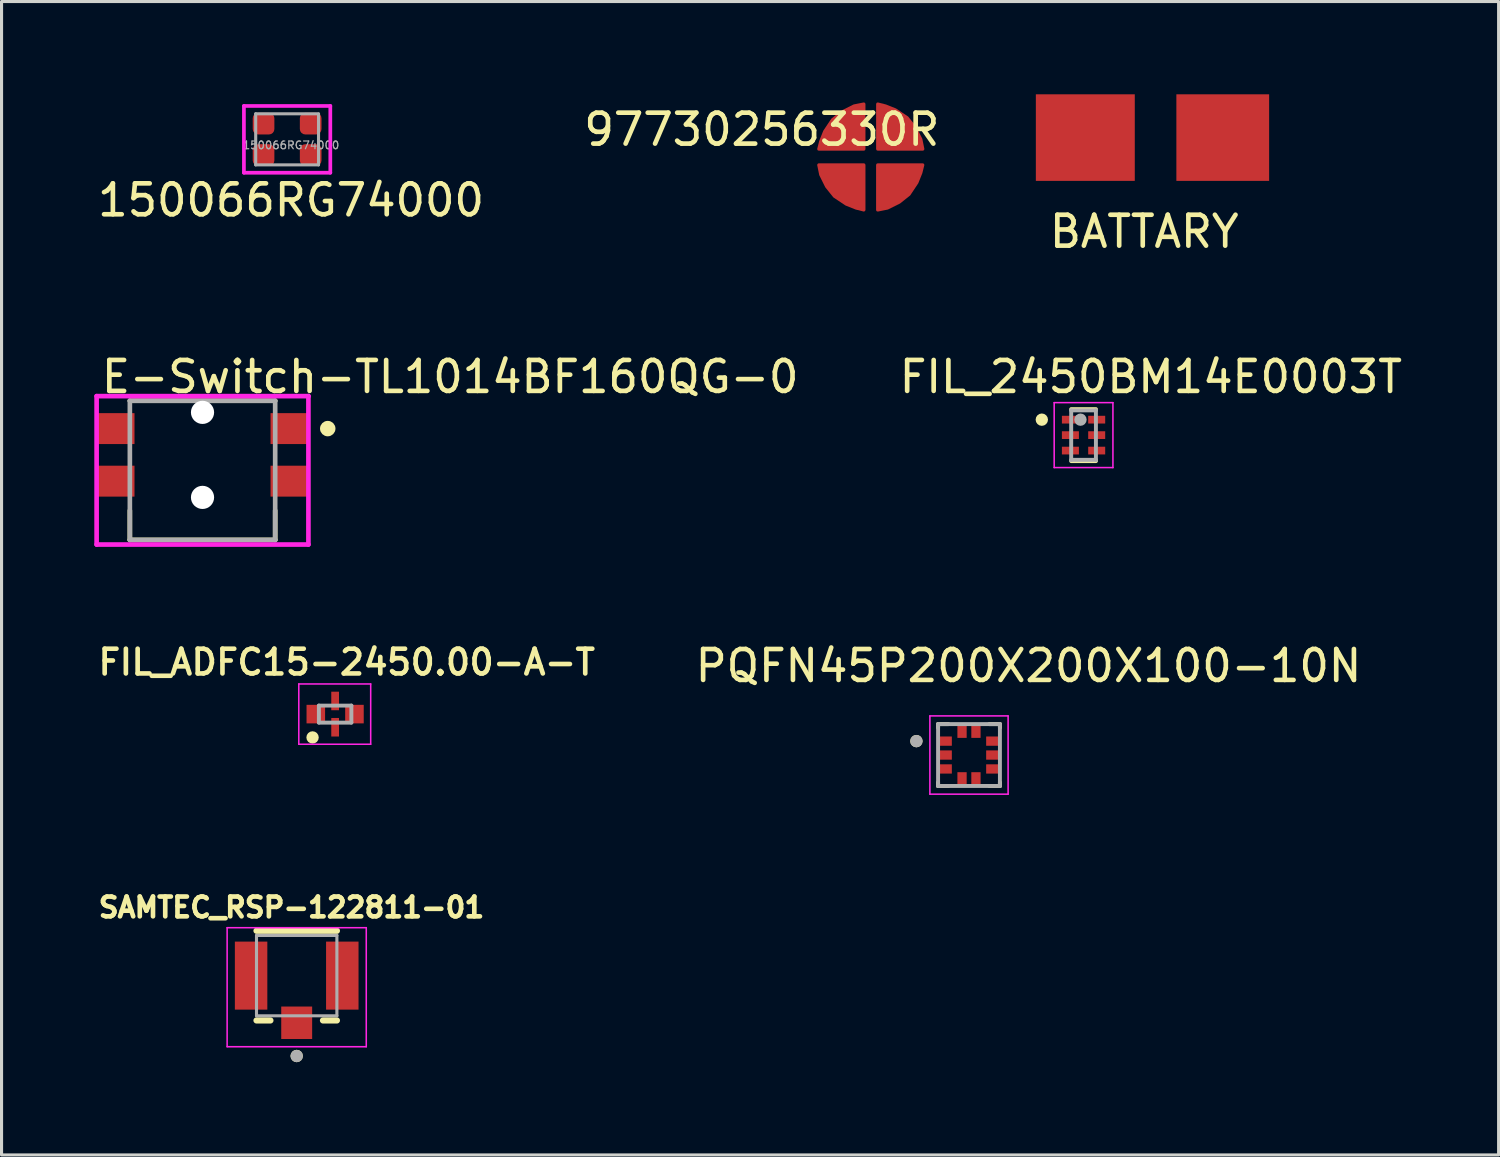
<source format=kicad_pcb>
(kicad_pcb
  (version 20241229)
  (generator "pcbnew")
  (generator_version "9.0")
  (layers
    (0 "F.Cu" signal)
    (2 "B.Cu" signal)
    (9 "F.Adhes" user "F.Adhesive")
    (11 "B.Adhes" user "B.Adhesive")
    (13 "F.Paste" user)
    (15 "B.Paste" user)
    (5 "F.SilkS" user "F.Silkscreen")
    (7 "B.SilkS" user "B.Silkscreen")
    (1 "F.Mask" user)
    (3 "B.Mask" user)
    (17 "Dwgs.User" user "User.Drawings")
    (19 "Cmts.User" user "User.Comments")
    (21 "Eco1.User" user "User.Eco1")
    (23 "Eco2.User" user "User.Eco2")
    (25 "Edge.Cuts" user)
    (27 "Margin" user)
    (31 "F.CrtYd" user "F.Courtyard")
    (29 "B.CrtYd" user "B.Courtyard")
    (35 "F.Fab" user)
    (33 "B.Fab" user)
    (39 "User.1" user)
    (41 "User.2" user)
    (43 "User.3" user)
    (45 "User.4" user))
  (footprint "SAMTEC_RSP-122811-01"
    (layer "F.Cu")
    (at 6.546 28.504)
    (property "Reference" "SAMTEC_RSP-122811-01" (at -0.168 -2.206 0) (layer "F.SilkS") (effects (font (size 0.64 0.64) (thickness 0.15))))
    (attr through_hole)
    (fp_line (start -0.85 1.45) (end -1.3 1.45) (stroke (width 0.2) (type solid)) (layer "F.SilkS"))
    (fp_line (start 0.85 1.45) (end 1.3 1.45) (stroke (width 0.2) (type solid)) (layer "F.SilkS"))
    (fp_line (start 1.3 -1.45) (end -1.3 -1.45) (stroke (width 0.2) (type solid)) (layer "F.SilkS"))
    (fp_circle (center 0 2.6) (end 0.1 2.6) (stroke (width 0.2) (type solid)) (fill no) (layer "F.SilkS"))
    (fp_line (start -2.25 -1.55) (end -2.25 2.3) (stroke (width 0.05) (type solid)) (layer "F.CrtYd"))
    (fp_line (start -2.25 2.3) (end 2.25 2.3) (stroke (width 0.05) (type solid)) (layer "F.CrtYd"))
    (fp_line (start 2.25 -1.55) (end -2.25 -1.55) (stroke (width 0.05) (type solid)) (layer "F.CrtYd"))
    (fp_line (start 2.25 2.3) (end 2.25 -1.55) (stroke (width 0.05) (type solid)) (layer "F.CrtYd"))
    (fp_line (start -1.3 -1.3) (end -1.3 1.3) (stroke (width 0.1) (type solid)) (layer "F.Fab"))
    (fp_line (start -1.3 1.3) (end 1.3 1.3) (stroke (width 0.1) (type solid)) (layer "F.Fab"))
    (fp_line (start 1.3 -1.3) (end -1.3 -1.3) (stroke (width 0.1) (type solid)) (layer "F.Fab"))
    (fp_line (start 1.3 1.3) (end 1.3 -1.3) (stroke (width 0.1) (type solid)) (layer "F.Fab"))
    (fp_circle (center 0 2.6) (end 0.1 2.6) (stroke (width 0.2) (type solid)) (fill no) (layer "F.Fab"))
    (pad "1" smd rect (at 0 1.525) (size 1 1.05) (layers "F.Cu" "F.Mask" "F.Paste"))
    (pad "G1" smd rect (at -1.475 0) (size 1.05 2.2) (layers "F.Cu" "F.Mask" "F.Paste"))
    (pad "G2" smd rect (at 1.475 0) (size 1.05 2.2) (layers "F.Cu" "F.Mask" "F.Paste")))
  (footprint "150066RG74000"
    (layer "F.Cu")
    (at 5.855 0.25)
    (property "Reference" "150066RG74000" (at 0.508 3.175 0) (layer "F.SilkS") (effects (font (size 1 1) (thickness 0.15))))
    (attr through_hole)
    (fp_line (start -1.016 0.127) (end 1.778 0.127) (stroke (width 0.12) (type solid)) (layer "F.CrtYd"))
    (fp_line (start -1.016 2.286) (end -1.016 0.127) (stroke (width 0.12) (type solid)) (layer "F.CrtYd"))
    (fp_line (start 1.778 0.127) (end 1.778 2.286) (stroke (width 0.12) (type solid)) (layer "F.CrtYd"))
    (fp_line (start 1.778 2.286) (end -1.016 2.286) (stroke (width 0.12) (type solid)) (layer "F.CrtYd"))
    (fp_line (start -0.635 0.381) (end 1.397 0.381) (stroke (width 0.1) (type solid)) (layer "F.Fab"))
    (fp_line (start -0.635 2.032) (end -0.635 0.381) (stroke (width 0.1) (type solid)) (layer "F.Fab"))
    (fp_line (start 1.397 0.389) (end 1.397 2.032) (stroke (width 0.1) (type solid)) (layer "F.Fab"))
    (fp_line (start 1.397 2.032) (end -0.635 2.032) (stroke (width 0.1) (type solid)) (layer "F.Fab"))
    (fp_text user "${REFERENCE}" (at 0.508 1.397 0) (layer "F.Fab") (effects (font (size 0.25 0.25) (thickness 0.04))))
    (pad "1" smd roundrect (at -0.381 0.699) (size 0.7 0.7) (layers "F.Cu" "F.Mask" "F.Paste") (roundrect_rratio 0.25))
    (pad "2" smd roundrect (at -0.381 1.714) (size 0.7 0.7) (layers "F.Cu" "F.Mask" "F.Paste") (roundrect_rratio 0.25))
    (pad "3" smd roundrect (at 1.143 1.714) (size 0.7 0.7) (layers "F.Cu" "F.Mask" "F.Paste") (roundrect_rratio 0.25))
    (pad "4" smd roundrect (at 1.143 0.699) (size 0.7 0.7) (layers "F.Cu" "F.Mask" "F.Paste") (roundrect_rratio 0.25)))
  (footprint "FIL_ADFC15-2450.00-A-T"
    (layer "F.Cu")
    (at 7.789 20.046)
    (property "Reference" "FIL_ADFC15-2450.00-A-T" (at 0.375 -1.678 0) (layer "F.SilkS") (effects (font (size 0.8 0.8) (thickness 0.15))))
    (attr through_hole)
    (fp_poly (pts (xy -0.975 -0.35) (xy -0.275 -0.35) (xy -0.275 0.35) (xy -0.975 0.35)) (stroke (width 0.01) (type solid)) (fill yes) (layer "F.Mask"))
    (fp_poly (pts (xy -0.175 -0.775) (xy 0.175 -0.775) (xy 0.175 -0.075) (xy -0.175 -0.075)) (stroke (width 0.01) (type solid)) (fill yes) (layer "F.Mask"))
    (fp_poly (pts (xy -0.175 0.075) (xy 0.175 0.075) (xy 0.175 0.775) (xy -0.175 0.775)) (stroke (width 0.01) (type solid)) (fill yes) (layer "F.Mask"))
    (fp_poly (pts (xy 0.275 -0.35) (xy 0.975 -0.35) (xy 0.975 0.35) (xy 0.275 0.35)) (stroke (width 0.01) (type solid)) (fill yes) (layer "F.Mask"))
    (fp_circle (center -0.73 0.755) (end -0.63 0.755) (stroke (width 0.2) (type solid)) (fill no) (layer "F.SilkS"))
    (fp_line (start -1.175 -0.975) (end 1.15 -0.975) (stroke (width 0.05) (type solid)) (layer "F.CrtYd"))
    (fp_line (start -1.175 0.975) (end -1.175 -0.975) (stroke (width 0.05) (type solid)) (layer "F.CrtYd"))
    (fp_line (start 1.15 -0.975) (end 1.15 0.975) (stroke (width 0.05) (type solid)) (layer "F.CrtYd"))
    (fp_line (start 1.15 0.975) (end -1.175 0.975) (stroke (width 0.05) (type solid)) (layer "F.CrtYd"))
    (fp_line (start -0.525 -0.275) (end 0.525 -0.275) (stroke (width 0.127) (type solid)) (layer "F.Fab"))
    (fp_line (start -0.525 0.275) (end -0.525 -0.275) (stroke (width 0.127) (type solid)) (layer "F.Fab"))
    (fp_line (start 0.525 -0.275) (end 0.525 0.275) (stroke (width 0.127) (type solid)) (layer "F.Fab"))
    (fp_line (start 0.525 0.275) (end -0.525 0.275) (stroke (width 0.127) (type solid)) (layer "F.Fab"))
    (pad "1" smd rect (at 0 0.425) (size 0.25 0.6) (layers "F.Cu" "F.Paste"))
    (pad "2" smd rect (at 0.625 0) (size 0.6 0.6) (layers "F.Cu" "F.Paste"))
    (pad "3" smd rect (at 0 -0.425) (size 0.25 0.6) (layers "F.Cu" "F.Paste"))
    (pad "4" smd rect (at -0.625 0) (size 0.6 0.6) (layers "F.Cu" "F.Paste")))
  (footprint "97730256330R"
    (layer "F.Cu")
    (at 25.272 0.25)
    (property "Reference" "97730256330R" (at -3.683 0.889 0) (layer "F.SilkS") (effects (font (size 1 1) (thickness 0.15))))
    (attr through_hole)
    (pad "1" smd custom (at -1.016 1.079) (size 0.2 0.2) (layers "F.Cu" "F.Mask" "F.Paste") (options (anchor circle)) (primitives (gr_poly (pts (xy -0.762 0.191) (xy -0.635 -0.127) (xy -0.381 -0.508) (xy -0.064 -0.762) (xy 0.318 -0.953) (xy 0.635 -1.016) (xy 0.635 0.445) (xy -0.826 0.445)) (width 0.1) (fill yes))))
    (pad "1" smd custom (at -0.699 2.413) (size 0.2 0.2) (layers "F.Cu" "F.Mask" "F.Paste") (options (anchor circle)) (primitives (gr_poly (pts (xy 0.064 1.016) (xy -0.254 0.889) (xy -0.635 0.635) (xy -0.889 0.318) (xy -1.079 -0.064) (xy -1.143 -0.381) (xy 0.318 -0.381) (xy 0.318 1.079)) (width 0.1) (fill yes))))
    (pad "1" smd custom (at 0.635 2.667) (size 0.2 0.2) (layers "F.Cu" "F.Mask" "F.Paste") (options (anchor circle)) (primitives (gr_poly (pts (xy 0.826 -0.381) (xy 0.699 -0.064) (xy 0.445 0.318) (xy 0.127 0.572) (xy -0.254 0.762) (xy -0.572 0.826) (xy -0.572 -0.635) (xy 0.889 -0.635)) (width 0.1) (fill yes))))
    (pad "1" smd custom (at 0.826 1.206) (size 0.2 0.2) (layers "F.Cu" "F.Mask" "F.Paste") (options (anchor circle)) (primitives (gr_poly (pts (xy -0.508 -1.079) (xy -0.191 -0.953) (xy 0.191 -0.699) (xy 0.445 -0.381) (xy 0.635 0) (xy 0.699 0.318) (xy -0.762 0.318) (xy -0.762 -1.143)) (width 0.1) (fill yes)))))
  (footprint "PQFN45P200X200X100-10N"
    (layer "F.Cu")
    (at 28.29 21.37)
    (property "Reference" "PQFN45P200X200X100-10N" (at 1.925 -2.885 0) (layer "F.SilkS") (effects (font (size 1 1) (thickness 0.15))))
    (attr through_hole)
    (fp_line (start -1 -1) (end -0.665 -1) (stroke (width 0.127) (type solid)) (layer "F.SilkS"))
    (fp_line (start -1 -0.885) (end -1 -1) (stroke (width 0.127) (type solid)) (layer "F.SilkS"))
    (fp_line (start -1 1) (end -1 0.885) (stroke (width 0.127) (type solid)) (layer "F.SilkS"))
    (fp_line (start -0.665 1) (end -1 1) (stroke (width 0.127) (type solid)) (layer "F.SilkS"))
    (fp_line (start 1 -1) (end 0.655 -1) (stroke (width 0.127) (type solid)) (layer "F.SilkS"))
    (fp_line (start 1 -1) (end 1 -0.885) (stroke (width 0.127) (type solid)) (layer "F.SilkS"))
    (fp_line (start 1 0.885) (end 1 1) (stroke (width 0.127) (type solid)) (layer "F.SilkS"))
    (fp_line (start 1 1) (end 0.655 1) (stroke (width 0.127) (type solid)) (layer "F.SilkS"))
    (fp_circle (center -1.701 -0.45) (end -1.601 -0.45) (stroke (width 0.2) (type solid)) (fill no) (layer "F.SilkS"))
    (fp_line (start -1.265 -1.265) (end -1.265 1.265) (stroke (width 0.05) (type solid)) (layer "F.CrtYd"))
    (fp_line (start -1.265 1.265) (end 1.265 1.265) (stroke (width 0.05) (type solid)) (layer "F.CrtYd"))
    (fp_line (start 1.265 -1.265) (end -1.265 -1.265) (stroke (width 0.05) (type solid)) (layer "F.CrtYd"))
    (fp_line (start 1.265 1.265) (end 1.265 -1.265) (stroke (width 0.05) (type solid)) (layer "F.CrtYd"))
    (fp_line (start -1 -1) (end 1 -1) (stroke (width 0.127) (type solid)) (layer "F.Fab"))
    (fp_line (start -1 1) (end -1 -1) (stroke (width 0.127) (type solid)) (layer "F.Fab"))
    (fp_line (start 1 -1) (end 1 1) (stroke (width 0.127) (type solid)) (layer "F.Fab"))
    (fp_line (start 1 1) (end -1 1) (stroke (width 0.127) (type solid)) (layer "F.Fab"))
    (fp_circle (center -1.701 -0.45) (end -1.601 -0.45) (stroke (width 0.2) (type solid)) (fill no) (layer "F.Fab"))
    (pad "1" smd rect (at 0.225 -0.785) (size 0.3 0.46) (layers "F.Cu" "F.Mask" "F.Paste"))
    (pad "2" smd rect (at -0.225 -0.785) (size 0.3 0.46) (layers "F.Cu" "F.Mask" "F.Paste"))
    (pad "3" smd rect (at -0.785 -0.45) (size 0.46 0.3) (layers "F.Cu" "F.Mask" "F.Paste"))
    (pad "4" smd rect (at -0.785 0) (size 0.46 0.3) (layers "F.Cu" "F.Mask" "F.Paste"))
    (pad "5" smd rect (at -0.785 0.45) (size 0.46 0.3) (layers "F.Cu" "F.Mask" "F.Paste"))
    (pad "6" smd rect (at -0.225 0.785) (size 0.3 0.46) (layers "F.Cu" "F.Mask" "F.Paste"))
    (pad "7" smd rect (at 0.225 0.785) (size 0.3 0.46) (layers "F.Cu" "F.Mask" "F.Paste"))
    (pad "8" smd rect (at 0.785 0.45) (size 0.46 0.3) (layers "F.Cu" "F.Mask" "F.Paste"))
    (pad "9" smd rect (at 0.785 0) (size 0.46 0.3) (layers "F.Cu" "F.Mask" "F.Paste"))
    (pad "10" smd rect (at 0.785 -0.45) (size 0.46 0.3) (layers "F.Cu" "F.Mask" "F.Paste")))
  (footprint "BATTARY"
    (layer "F.Cu")
    (at 33.957 3.94)
    (property "Reference" "BATTARY" (at 0 0.5 0) (layer "F.SilkS") (effects (font (size 1 1) (thickness 0.15))))
    (attr through_hole)
    (pad "1" smd rect (at -1.905 -2.54) (size 3.2 2.8) (layers "F.Cu" "F.Mask" "F.Paste"))
    (pad "2" smd rect (at 2.54 -2.54) (size 3 2.8) (layers "F.Cu" "F.Mask" "F.Paste")))
  (footprint "FIL_2450BM14E0003T"
    (layer "F.Cu")
    (at 31.995 11.023)
    (property "Reference" "FIL_2450BM14E0003T" (at 2.176 -1.886 0) (layer "F.SilkS") (effects (font (size 1 1) (thickness 0.15))))
    (attr through_hole)
    (fp_line (start -0.4 -0.84) (end 0.4 -0.84) (stroke (width 0.127) (type solid)) (layer "F.SilkS"))
    (fp_line (start 0.4 0.84) (end -0.4 0.84) (stroke (width 0.127) (type solid)) (layer "F.SilkS"))
    (fp_circle (center -1.35 -0.5) (end -1.25 -0.5) (stroke (width 0.2) (type solid)) (fill no) (layer "F.SilkS"))
    (fp_line (start -0.95 -1.05) (end 0.95 -1.05) (stroke (width 0.05) (type solid)) (layer "F.CrtYd"))
    (fp_line (start -0.95 1.05) (end -0.95 -1.05) (stroke (width 0.05) (type solid)) (layer "F.CrtYd"))
    (fp_line (start 0.95 -1.05) (end 0.95 1.05) (stroke (width 0.05) (type solid)) (layer "F.CrtYd"))
    (fp_line (start 0.95 1.05) (end -0.95 1.05) (stroke (width 0.05) (type solid)) (layer "F.CrtYd"))
    (fp_line (start -0.4 -0.8) (end 0.4 -0.8) (stroke (width 0.127) (type solid)) (layer "F.Fab"))
    (fp_line (start -0.4 0.8) (end -0.4 -0.8) (stroke (width 0.127) (type solid)) (layer "F.Fab"))
    (fp_line (start 0.4 -0.8) (end 0.4 0.8) (stroke (width 0.127) (type solid)) (layer "F.Fab"))
    (fp_line (start 0.4 0.8) (end -0.4 0.8) (stroke (width 0.127) (type solid)) (layer "F.Fab"))
    (fp_circle (center -0.1 -0.5) (end 0 -0.5) (stroke (width 0.2) (type solid)) (fill no) (layer "F.Fab"))
    (pad "1" smd rect (at -0.425 -0.5) (size 0.55 0.25) (layers "F.Cu" "F.Mask" "F.Paste"))
    (pad "2" smd rect (at -0.425 0) (size 0.55 0.25) (layers "F.Cu" "F.Mask" "F.Paste"))
    (pad "3" smd rect (at -0.425 0.5) (size 0.55 0.25) (layers "F.Cu" "F.Mask" "F.Paste"))
    (pad "4" smd rect (at 0.425 0.5) (size 0.55 0.25) (layers "F.Cu" "F.Mask" "F.Paste"))
    (pad "5" smd rect (at 0.425 0) (size 0.55 0.25) (layers "F.Cu" "F.Mask" "F.Paste"))
    (pad "6" smd rect (at 0.425 -0.5) (size 0.55 0.25) (layers "F.Cu" "F.Mask" "F.Paste")))
  (footprint "E-Switch-TL1014BF160QG-0"
    (layer "F.Cu")
    (at 3.5 11.662)
    (property "Reference" "E-Switch-TL1014BF160QG-0" (at -3.35 -2.525 0) (layer "F.SilkS") (effects (font (size 1 1) (thickness 0.15)) (justify left)))
    (attr through_hole)
    (fp_line (start -2.35 -1.75) (end 2.35 -1.75) (stroke (width 0.15) (type solid)) (layer "F.SilkS"))
    (fp_line (start -2.35 1.8) (end -2.35 2.75) (stroke (width 0.15) (type solid)) (layer "F.SilkS"))
    (fp_line (start 2.35 1.8) (end 2.35 2.75) (stroke (width 0.15) (type solid)) (layer "F.SilkS"))
    (fp_line (start 2.35 2.75) (end -2.35 2.75) (stroke (width 0.15) (type solid)) (layer "F.SilkS"))
    (fp_circle (center 4.05 -0.85) (end 4.175 -0.85) (stroke (width 0.25) (type solid)) (fill no) (layer "F.SilkS"))
    (fp_line (start -3.425 -1.9) (end -3.425 2.9) (stroke (width 0.15) (type solid)) (layer "F.CrtYd"))
    (fp_line (start -3.425 2.9) (end 3.425 2.9) (stroke (width 0.15) (type solid)) (layer "F.CrtYd"))
    (fp_line (start 3.425 -1.9) (end -3.425 -1.9) (stroke (width 0.15) (type solid)) (layer "F.CrtYd"))
    (fp_line (start 3.425 -1.9) (end 3.425 -1.9) (stroke (width 0.15) (type solid)) (layer "F.CrtYd"))
    (fp_line (start 3.425 2.9) (end 3.425 -1.9) (stroke (width 0.15) (type solid)) (layer "F.CrtYd"))
    (fp_line (start -2.35 -1.75) (end 2.35 -1.75) (stroke (width 0.15) (type solid)) (layer "F.Fab"))
    (fp_line (start -2.35 2.75) (end -2.35 -1.75) (stroke (width 0.15) (type solid)) (layer "F.Fab"))
    (fp_line (start 2.35 -1.75) (end 2.35 2.75) (stroke (width 0.15) (type solid)) (layer "F.Fab"))
    (fp_line (start 2.35 2.75) (end -2.35 2.75) (stroke (width 0.15) (type solid)) (layer "F.Fab"))
    (pad "" np_thru_hole circle (at 0 -1.375) (size 0.75 0.75) (drill 0.75) (layers "*.Cu" "*.Mask"))
    (pad "" np_thru_hole circle (at 0 1.375) (size 0.75 0.75) (drill 0.75) (layers "*.Cu" "*.Mask"))
    (pad "1" smd rect (at 2.8 -0.85) (size 1.2 1) (layers "F.Cu" "F.Mask" "F.Paste"))
    (pad "2" smd rect (at 2.8 0.85) (size 1.2 1) (layers "F.Cu" "F.Mask" "F.Paste"))
    (pad "3" smd rect (at -2.8 -0.85) (size 1.2 1) (layers "F.Cu" "F.Mask" "F.Paste"))
    (pad "4" smd rect (at -2.8 0.85) (size 1.2 1) (layers "F.Cu" "F.Mask" "F.Paste")))
  (gr_rect
    (start -3 -3)
    (end 45.419 34.304)
    (stroke (width 0.1) (type default))
    (fill no)
    (layer "Edge.Cuts")))
</source>
